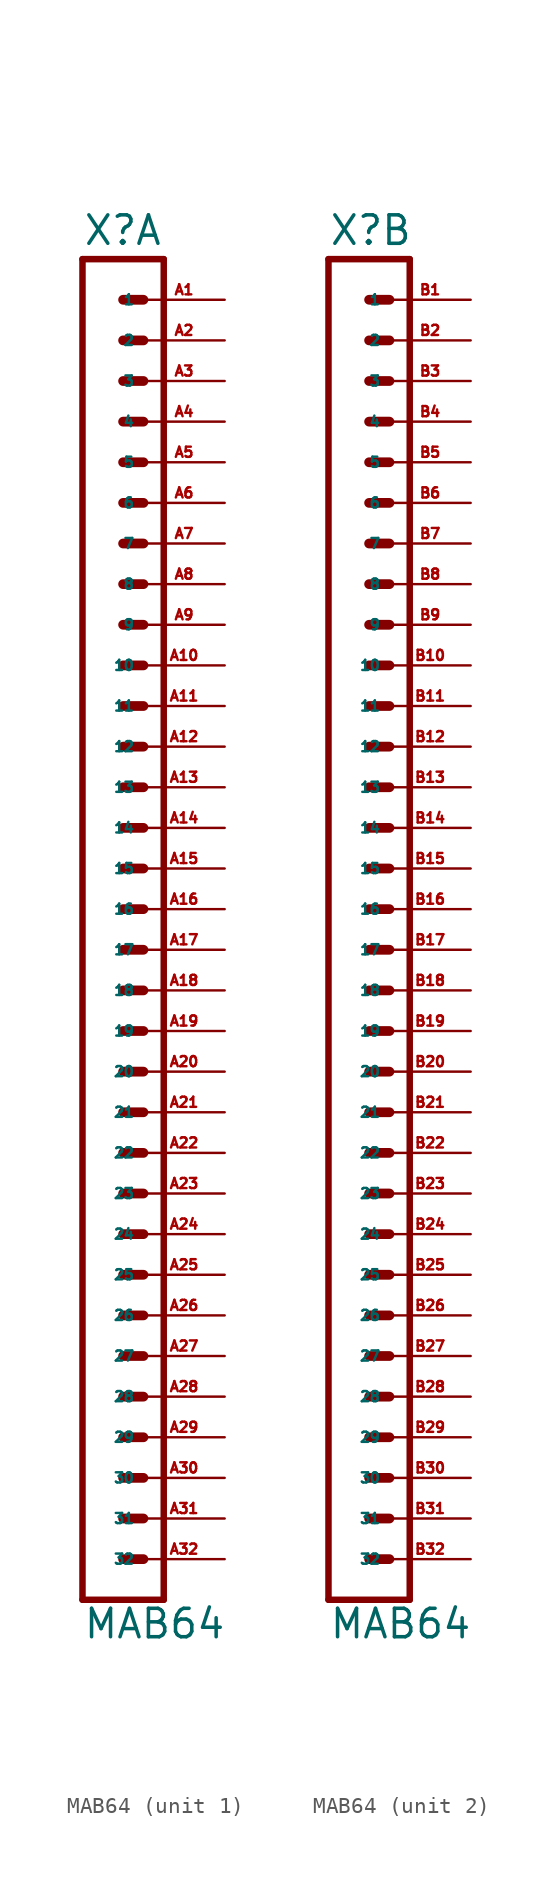
<source format=kicad_sym>
(kicad_symbol_lib
  (version 20220914)
  (generator Eagle2Kicad)
  (symbol "MAB64"
    (property "Reference" "X"
      (at -1.27 41.402 0)
      (effects (font (size 1.778 1.778) (thickness 0.22)) (justify left bottom)))
    (property "Value" "MAB64"
      (at -1.27 -45.72 0)
      (effects (font (size 1.778 1.778) (thickness 0.22)) (justify left bottom)))
    (symbol "MAB64_1_0"
      (polyline (pts (xy 3.81 -43.18) (xy -1.27 -43.18)) (stroke (width 0.406) (type default)) (fill (type none)))
      (polyline (pts (xy -1.27 40.64) (xy -1.27 -43.18)) (stroke (width 0.406) (type default)) (fill (type none)))
      (polyline (pts (xy -1.27 40.64) (xy 3.81 40.64)) (stroke (width 0.406) (type default)) (fill (type none)))
      (polyline (pts (xy 3.81 -43.18) (xy 3.81 40.64)) (stroke (width 0.406) (type default)) (fill (type none)))
      (polyline (pts (xy 1.27 -40.64) (xy 2.54 -40.64)) (stroke (width 0.61) (type default)) (fill (type none)))
      (polyline (pts (xy 1.27 -38.1) (xy 2.54 -38.1)) (stroke (width 0.61) (type default)) (fill (type none)))
      (polyline (pts (xy 1.27 -35.56) (xy 2.54 -35.56)) (stroke (width 0.61) (type default)) (fill (type none)))
      (polyline (pts (xy 1.27 -33.02) (xy 2.54 -33.02)) (stroke (width 0.61) (type default)) (fill (type none)))
      (polyline (pts (xy 1.27 -30.48) (xy 2.54 -30.48)) (stroke (width 0.61) (type default)) (fill (type none)))
      (polyline (pts (xy 1.27 -27.94) (xy 2.54 -27.94)) (stroke (width 0.61) (type default)) (fill (type none)))
      (polyline (pts (xy 1.27 -25.4) (xy 2.54 -25.4)) (stroke (width 0.61) (type default)) (fill (type none)))
      (polyline (pts (xy 1.27 -22.86) (xy 2.54 -22.86)) (stroke (width 0.61) (type default)) (fill (type none)))
      (polyline (pts (xy 1.27 -20.32) (xy 2.54 -20.32)) (stroke (width 0.61) (type default)) (fill (type none)))
      (polyline (pts (xy 1.27 -17.78) (xy 2.54 -17.78)) (stroke (width 0.61) (type default)) (fill (type none)))
      (polyline (pts (xy 1.27 -15.24) (xy 2.54 -15.24)) (stroke (width 0.61) (type default)) (fill (type none)))
      (polyline (pts (xy 1.27 -12.7) (xy 2.54 -12.7)) (stroke (width 0.61) (type default)) (fill (type none)))
      (polyline (pts (xy 1.27 -10.16) (xy 2.54 -10.16)) (stroke (width 0.61) (type default)) (fill (type none)))
      (polyline (pts (xy 1.27 -7.62) (xy 2.54 -7.62)) (stroke (width 0.61) (type default)) (fill (type none)))
      (polyline (pts (xy 1.27 -5.08) (xy 2.54 -5.08)) (stroke (width 0.61) (type default)) (fill (type none)))
      (polyline (pts (xy 1.27 -2.54) (xy 2.54 -2.54)) (stroke (width 0.61) (type default)) (fill (type none)))
      (polyline (pts (xy 1.27 0) (xy 2.54 0)) (stroke (width 0.61) (type default)) (fill (type none)))
      (polyline (pts (xy 1.27 2.54) (xy 2.54 2.54)) (stroke (width 0.61) (type default)) (fill (type none)))
      (polyline (pts (xy 1.27 5.08) (xy 2.54 5.08)) (stroke (width 0.61) (type default)) (fill (type none)))
      (polyline (pts (xy 1.27 7.62) (xy 2.54 7.62)) (stroke (width 0.61) (type default)) (fill (type none)))
      (polyline (pts (xy 1.27 10.16) (xy 2.54 10.16)) (stroke (width 0.61) (type default)) (fill (type none)))
      (polyline (pts (xy 1.27 12.7) (xy 2.54 12.7)) (stroke (width 0.61) (type default)) (fill (type none)))
      (polyline (pts (xy 1.27 15.24) (xy 2.54 15.24)) (stroke (width 0.61) (type default)) (fill (type none)))
      (polyline (pts (xy 1.27 17.78) (xy 2.54 17.78)) (stroke (width 0.61) (type default)) (fill (type none)))
      (polyline (pts (xy 1.27 20.32) (xy 2.54 20.32)) (stroke (width 0.61) (type default)) (fill (type none)))
      (polyline (pts (xy 1.27 22.86) (xy 2.54 22.86)) (stroke (width 0.61) (type default)) (fill (type none)))
      (polyline (pts (xy 1.27 25.4) (xy 2.54 25.4)) (stroke (width 0.61) (type default)) (fill (type none)))
      (polyline (pts (xy 1.27 27.94) (xy 2.54 27.94)) (stroke (width 0.61) (type default)) (fill (type none)))
      (polyline (pts (xy 1.27 30.48) (xy 2.54 30.48)) (stroke (width 0.61) (type default)) (fill (type none)))
      (polyline (pts (xy 1.27 33.02) (xy 2.54 33.02)) (stroke (width 0.61) (type default)) (fill (type none)))
      (polyline (pts (xy 1.27 35.56) (xy 2.54 35.56)) (stroke (width 0.61) (type default)) (fill (type none)))
      (polyline (pts (xy 1.27 38.1) (xy 2.54 38.1)) (stroke (width 0.61) (type default)) (fill (type none)))
      (pin passive line (at 7.62 38.1 180) (length 5.08) (name "1" (effects (font (size 0.635 0.635) (thickness 0.08)) (justify left bottom))) (number "A1" (effects (font (size 0.635 0.635) (thickness 0.08)) (justify left bottom))))
      (pin passive line (at 7.62 35.56 180) (length 5.08) (name "2" (effects (font (size 0.635 0.635) (thickness 0.08)) (justify left bottom))) (number "A2" (effects (font (size 0.635 0.635) (thickness 0.08)) (justify left bottom))))
      (pin passive line (at 7.62 33.02 180) (length 5.08) (name "3" (effects (font (size 0.635 0.635) (thickness 0.08)) (justify left bottom))) (number "A3" (effects (font (size 0.635 0.635) (thickness 0.08)) (justify left bottom))))
      (pin passive line (at 7.62 30.48 180) (length 5.08) (name "4" (effects (font (size 0.635 0.635) (thickness 0.08)) (justify left bottom))) (number "A4" (effects (font (size 0.635 0.635) (thickness 0.08)) (justify left bottom))))
      (pin passive line (at 7.62 27.94 180) (length 5.08) (name "5" (effects (font (size 0.635 0.635) (thickness 0.08)) (justify left bottom))) (number "A5" (effects (font (size 0.635 0.635) (thickness 0.08)) (justify left bottom))))
      (pin passive line (at 7.62 25.4 180) (length 5.08) (name "6" (effects (font (size 0.635 0.635) (thickness 0.08)) (justify left bottom))) (number "A6" (effects (font (size 0.635 0.635) (thickness 0.08)) (justify left bottom))))
      (pin passive line (at 7.62 22.86 180) (length 5.08) (name "7" (effects (font (size 0.635 0.635) (thickness 0.08)) (justify left bottom))) (number "A7" (effects (font (size 0.635 0.635) (thickness 0.08)) (justify left bottom))))
      (pin passive line (at 7.62 20.32 180) (length 5.08) (name "8" (effects (font (size 0.635 0.635) (thickness 0.08)) (justify left bottom))) (number "A8" (effects (font (size 0.635 0.635) (thickness 0.08)) (justify left bottom))))
      (pin passive line (at 7.62 17.78 180) (length 5.08) (name "9" (effects (font (size 0.635 0.635) (thickness 0.08)) (justify left bottom))) (number "A9" (effects (font (size 0.635 0.635) (thickness 0.08)) (justify left bottom))))
      (pin passive line (at 7.62 15.24 180) (length 5.08) (name "10" (effects (font (size 0.635 0.635) (thickness 0.08)) (justify left bottom))) (number "A10" (effects (font (size 0.635 0.635) (thickness 0.08)) (justify left bottom))))
      (pin passive line (at 7.62 12.7 180) (length 5.08) (name "11" (effects (font (size 0.635 0.635) (thickness 0.08)) (justify left bottom))) (number "A11" (effects (font (size 0.635 0.635) (thickness 0.08)) (justify left bottom))))
      (pin passive line (at 7.62 10.16 180) (length 5.08) (name "12" (effects (font (size 0.635 0.635) (thickness 0.08)) (justify left bottom))) (number "A12" (effects (font (size 0.635 0.635) (thickness 0.08)) (justify left bottom))))
      (pin passive line (at 7.62 7.62 180) (length 5.08) (name "13" (effects (font (size 0.635 0.635) (thickness 0.08)) (justify left bottom))) (number "A13" (effects (font (size 0.635 0.635) (thickness 0.08)) (justify left bottom))))
      (pin passive line (at 7.62 5.08 180) (length 5.08) (name "14" (effects (font (size 0.635 0.635) (thickness 0.08)) (justify left bottom))) (number "A14" (effects (font (size 0.635 0.635) (thickness 0.08)) (justify left bottom))))
      (pin passive line (at 7.62 2.54 180) (length 5.08) (name "15" (effects (font (size 0.635 0.635) (thickness 0.08)) (justify left bottom))) (number "A15" (effects (font (size 0.635 0.635) (thickness 0.08)) (justify left bottom))))
      (pin passive line (at 7.62 0 180) (length 5.08) (name "16" (effects (font (size 0.635 0.635) (thickness 0.08)) (justify left bottom))) (number "A16" (effects (font (size 0.635 0.635) (thickness 0.08)) (justify left bottom))))
      (pin passive line (at 7.62 -2.54 180) (length 5.08) (name "17" (effects (font (size 0.635 0.635) (thickness 0.08)) (justify left bottom))) (number "A17" (effects (font (size 0.635 0.635) (thickness 0.08)) (justify left bottom))))
      (pin passive line (at 7.62 -5.08 180) (length 5.08) (name "18" (effects (font (size 0.635 0.635) (thickness 0.08)) (justify left bottom))) (number "A18" (effects (font (size 0.635 0.635) (thickness 0.08)) (justify left bottom))))
      (pin passive line (at 7.62 -7.62 180) (length 5.08) (name "19" (effects (font (size 0.635 0.635) (thickness 0.08)) (justify left bottom))) (number "A19" (effects (font (size 0.635 0.635) (thickness 0.08)) (justify left bottom))))
      (pin passive line (at 7.62 -10.16 180) (length 5.08) (name "20" (effects (font (size 0.635 0.635) (thickness 0.08)) (justify left bottom))) (number "A20" (effects (font (size 0.635 0.635) (thickness 0.08)) (justify left bottom))))
      (pin passive line (at 7.62 -12.7 180) (length 5.08) (name "21" (effects (font (size 0.635 0.635) (thickness 0.08)) (justify left bottom))) (number "A21" (effects (font (size 0.635 0.635) (thickness 0.08)) (justify left bottom))))
      (pin passive line (at 7.62 -15.24 180) (length 5.08) (name "22" (effects (font (size 0.635 0.635) (thickness 0.08)) (justify left bottom))) (number "A22" (effects (font (size 0.635 0.635) (thickness 0.08)) (justify left bottom))))
      (pin passive line (at 7.62 -17.78 180) (length 5.08) (name "23" (effects (font (size 0.635 0.635) (thickness 0.08)) (justify left bottom))) (number "A23" (effects (font (size 0.635 0.635) (thickness 0.08)) (justify left bottom))))
      (pin passive line (at 7.62 -20.32 180) (length 5.08) (name "24" (effects (font (size 0.635 0.635) (thickness 0.08)) (justify left bottom))) (number "A24" (effects (font (size 0.635 0.635) (thickness 0.08)) (justify left bottom))))
      (pin passive line (at 7.62 -22.86 180) (length 5.08) (name "25" (effects (font (size 0.635 0.635) (thickness 0.08)) (justify left bottom))) (number "A25" (effects (font (size 0.635 0.635) (thickness 0.08)) (justify left bottom))))
      (pin passive line (at 7.62 -25.4 180) (length 5.08) (name "26" (effects (font (size 0.635 0.635) (thickness 0.08)) (justify left bottom))) (number "A26" (effects (font (size 0.635 0.635) (thickness 0.08)) (justify left bottom))))
      (pin passive line (at 7.62 -27.94 180) (length 5.08) (name "27" (effects (font (size 0.635 0.635) (thickness 0.08)) (justify left bottom))) (number "A27" (effects (font (size 0.635 0.635) (thickness 0.08)) (justify left bottom))))
      (pin passive line (at 7.62 -30.48 180) (length 5.08) (name "28" (effects (font (size 0.635 0.635) (thickness 0.08)) (justify left bottom))) (number "A28" (effects (font (size 0.635 0.635) (thickness 0.08)) (justify left bottom))))
      (pin passive line (at 7.62 -33.02 180) (length 5.08) (name "29" (effects (font (size 0.635 0.635) (thickness 0.08)) (justify left bottom))) (number "A29" (effects (font (size 0.635 0.635) (thickness 0.08)) (justify left bottom))))
      (pin passive line (at 7.62 -35.56 180) (length 5.08) (name "30" (effects (font (size 0.635 0.635) (thickness 0.08)) (justify left bottom))) (number "A30" (effects (font (size 0.635 0.635) (thickness 0.08)) (justify left bottom))))
      (pin passive line (at 7.62 -38.1 180) (length 5.08) (name "31" (effects (font (size 0.635 0.635) (thickness 0.08)) (justify left bottom))) (number "A31" (effects (font (size 0.635 0.635) (thickness 0.08)) (justify left bottom))))
      (pin passive line (at 7.62 -40.64 180) (length 5.08) (name "32" (effects (font (size 0.635 0.635) (thickness 0.08)) (justify left bottom))) (number "A32" (effects (font (size 0.635 0.635) (thickness 0.08)) (justify left bottom)))))
    (symbol "MAB64_2_0"
      (polyline (pts (xy 3.81 -43.18) (xy -1.27 -43.18)) (stroke (width 0.406) (type default)) (fill (type none)))
      (polyline (pts (xy -1.27 40.64) (xy -1.27 -43.18)) (stroke (width 0.406) (type default)) (fill (type none)))
      (polyline (pts (xy -1.27 40.64) (xy 3.81 40.64)) (stroke (width 0.406) (type default)) (fill (type none)))
      (polyline (pts (xy 3.81 -43.18) (xy 3.81 40.64)) (stroke (width 0.406) (type default)) (fill (type none)))
      (polyline (pts (xy 1.27 -40.64) (xy 2.54 -40.64)) (stroke (width 0.61) (type default)) (fill (type none)))
      (polyline (pts (xy 1.27 -38.1) (xy 2.54 -38.1)) (stroke (width 0.61) (type default)) (fill (type none)))
      (polyline (pts (xy 1.27 -35.56) (xy 2.54 -35.56)) (stroke (width 0.61) (type default)) (fill (type none)))
      (polyline (pts (xy 1.27 -33.02) (xy 2.54 -33.02)) (stroke (width 0.61) (type default)) (fill (type none)))
      (polyline (pts (xy 1.27 -30.48) (xy 2.54 -30.48)) (stroke (width 0.61) (type default)) (fill (type none)))
      (polyline (pts (xy 1.27 -27.94) (xy 2.54 -27.94)) (stroke (width 0.61) (type default)) (fill (type none)))
      (polyline (pts (xy 1.27 -25.4) (xy 2.54 -25.4)) (stroke (width 0.61) (type default)) (fill (type none)))
      (polyline (pts (xy 1.27 -22.86) (xy 2.54 -22.86)) (stroke (width 0.61) (type default)) (fill (type none)))
      (polyline (pts (xy 1.27 -20.32) (xy 2.54 -20.32)) (stroke (width 0.61) (type default)) (fill (type none)))
      (polyline (pts (xy 1.27 -17.78) (xy 2.54 -17.78)) (stroke (width 0.61) (type default)) (fill (type none)))
      (polyline (pts (xy 1.27 -15.24) (xy 2.54 -15.24)) (stroke (width 0.61) (type default)) (fill (type none)))
      (polyline (pts (xy 1.27 -12.7) (xy 2.54 -12.7)) (stroke (width 0.61) (type default)) (fill (type none)))
      (polyline (pts (xy 1.27 -10.16) (xy 2.54 -10.16)) (stroke (width 0.61) (type default)) (fill (type none)))
      (polyline (pts (xy 1.27 -7.62) (xy 2.54 -7.62)) (stroke (width 0.61) (type default)) (fill (type none)))
      (polyline (pts (xy 1.27 -5.08) (xy 2.54 -5.08)) (stroke (width 0.61) (type default)) (fill (type none)))
      (polyline (pts (xy 1.27 -2.54) (xy 2.54 -2.54)) (stroke (width 0.61) (type default)) (fill (type none)))
      (polyline (pts (xy 1.27 0) (xy 2.54 0)) (stroke (width 0.61) (type default)) (fill (type none)))
      (polyline (pts (xy 1.27 2.54) (xy 2.54 2.54)) (stroke (width 0.61) (type default)) (fill (type none)))
      (polyline (pts (xy 1.27 5.08) (xy 2.54 5.08)) (stroke (width 0.61) (type default)) (fill (type none)))
      (polyline (pts (xy 1.27 7.62) (xy 2.54 7.62)) (stroke (width 0.61) (type default)) (fill (type none)))
      (polyline (pts (xy 1.27 10.16) (xy 2.54 10.16)) (stroke (width 0.61) (type default)) (fill (type none)))
      (polyline (pts (xy 1.27 12.7) (xy 2.54 12.7)) (stroke (width 0.61) (type default)) (fill (type none)))
      (polyline (pts (xy 1.27 15.24) (xy 2.54 15.24)) (stroke (width 0.61) (type default)) (fill (type none)))
      (polyline (pts (xy 1.27 17.78) (xy 2.54 17.78)) (stroke (width 0.61) (type default)) (fill (type none)))
      (polyline (pts (xy 1.27 20.32) (xy 2.54 20.32)) (stroke (width 0.61) (type default)) (fill (type none)))
      (polyline (pts (xy 1.27 22.86) (xy 2.54 22.86)) (stroke (width 0.61) (type default)) (fill (type none)))
      (polyline (pts (xy 1.27 25.4) (xy 2.54 25.4)) (stroke (width 0.61) (type default)) (fill (type none)))
      (polyline (pts (xy 1.27 27.94) (xy 2.54 27.94)) (stroke (width 0.61) (type default)) (fill (type none)))
      (polyline (pts (xy 1.27 30.48) (xy 2.54 30.48)) (stroke (width 0.61) (type default)) (fill (type none)))
      (polyline (pts (xy 1.27 33.02) (xy 2.54 33.02)) (stroke (width 0.61) (type default)) (fill (type none)))
      (polyline (pts (xy 1.27 35.56) (xy 2.54 35.56)) (stroke (width 0.61) (type default)) (fill (type none)))
      (polyline (pts (xy 1.27 38.1) (xy 2.54 38.1)) (stroke (width 0.61) (type default)) (fill (type none)))
      (pin passive line (at 7.62 38.1 180) (length 5.08) (name "1" (effects (font (size 0.635 0.635) (thickness 0.08)) (justify left bottom))) (number "B1" (effects (font (size 0.635 0.635) (thickness 0.08)) (justify left bottom))))
      (pin passive line (at 7.62 35.56 180) (length 5.08) (name "2" (effects (font (size 0.635 0.635) (thickness 0.08)) (justify left bottom))) (number "B2" (effects (font (size 0.635 0.635) (thickness 0.08)) (justify left bottom))))
      (pin passive line (at 7.62 33.02 180) (length 5.08) (name "3" (effects (font (size 0.635 0.635) (thickness 0.08)) (justify left bottom))) (number "B3" (effects (font (size 0.635 0.635) (thickness 0.08)) (justify left bottom))))
      (pin passive line (at 7.62 30.48 180) (length 5.08) (name "4" (effects (font (size 0.635 0.635) (thickness 0.08)) (justify left bottom))) (number "B4" (effects (font (size 0.635 0.635) (thickness 0.08)) (justify left bottom))))
      (pin passive line (at 7.62 27.94 180) (length 5.08) (name "5" (effects (font (size 0.635 0.635) (thickness 0.08)) (justify left bottom))) (number "B5" (effects (font (size 0.635 0.635) (thickness 0.08)) (justify left bottom))))
      (pin passive line (at 7.62 25.4 180) (length 5.08) (name "6" (effects (font (size 0.635 0.635) (thickness 0.08)) (justify left bottom))) (number "B6" (effects (font (size 0.635 0.635) (thickness 0.08)) (justify left bottom))))
      (pin passive line (at 7.62 22.86 180) (length 5.08) (name "7" (effects (font (size 0.635 0.635) (thickness 0.08)) (justify left bottom))) (number "B7" (effects (font (size 0.635 0.635) (thickness 0.08)) (justify left bottom))))
      (pin passive line (at 7.62 20.32 180) (length 5.08) (name "8" (effects (font (size 0.635 0.635) (thickness 0.08)) (justify left bottom))) (number "B8" (effects (font (size 0.635 0.635) (thickness 0.08)) (justify left bottom))))
      (pin passive line (at 7.62 17.78 180) (length 5.08) (name "9" (effects (font (size 0.635 0.635) (thickness 0.08)) (justify left bottom))) (number "B9" (effects (font (size 0.635 0.635) (thickness 0.08)) (justify left bottom))))
      (pin passive line (at 7.62 15.24 180) (length 5.08) (name "10" (effects (font (size 0.635 0.635) (thickness 0.08)) (justify left bottom))) (number "B10" (effects (font (size 0.635 0.635) (thickness 0.08)) (justify left bottom))))
      (pin passive line (at 7.62 12.7 180) (length 5.08) (name "11" (effects (font (size 0.635 0.635) (thickness 0.08)) (justify left bottom))) (number "B11" (effects (font (size 0.635 0.635) (thickness 0.08)) (justify left bottom))))
      (pin passive line (at 7.62 10.16 180) (length 5.08) (name "12" (effects (font (size 0.635 0.635) (thickness 0.08)) (justify left bottom))) (number "B12" (effects (font (size 0.635 0.635) (thickness 0.08)) (justify left bottom))))
      (pin passive line (at 7.62 7.62 180) (length 5.08) (name "13" (effects (font (size 0.635 0.635) (thickness 0.08)) (justify left bottom))) (number "B13" (effects (font (size 0.635 0.635) (thickness 0.08)) (justify left bottom))))
      (pin passive line (at 7.62 5.08 180) (length 5.08) (name "14" (effects (font (size 0.635 0.635) (thickness 0.08)) (justify left bottom))) (number "B14" (effects (font (size 0.635 0.635) (thickness 0.08)) (justify left bottom))))
      (pin passive line (at 7.62 2.54 180) (length 5.08) (name "15" (effects (font (size 0.635 0.635) (thickness 0.08)) (justify left bottom))) (number "B15" (effects (font (size 0.635 0.635) (thickness 0.08)) (justify left bottom))))
      (pin passive line (at 7.62 0 180) (length 5.08) (name "16" (effects (font (size 0.635 0.635) (thickness 0.08)) (justify left bottom))) (number "B16" (effects (font (size 0.635 0.635) (thickness 0.08)) (justify left bottom))))
      (pin passive line (at 7.62 -2.54 180) (length 5.08) (name "17" (effects (font (size 0.635 0.635) (thickness 0.08)) (justify left bottom))) (number "B17" (effects (font (size 0.635 0.635) (thickness 0.08)) (justify left bottom))))
      (pin passive line (at 7.62 -5.08 180) (length 5.08) (name "18" (effects (font (size 0.635 0.635) (thickness 0.08)) (justify left bottom))) (number "B18" (effects (font (size 0.635 0.635) (thickness 0.08)) (justify left bottom))))
      (pin passive line (at 7.62 -7.62 180) (length 5.08) (name "19" (effects (font (size 0.635 0.635) (thickness 0.08)) (justify left bottom))) (number "B19" (effects (font (size 0.635 0.635) (thickness 0.08)) (justify left bottom))))
      (pin passive line (at 7.62 -10.16 180) (length 5.08) (name "20" (effects (font (size 0.635 0.635) (thickness 0.08)) (justify left bottom))) (number "B20" (effects (font (size 0.635 0.635) (thickness 0.08)) (justify left bottom))))
      (pin passive line (at 7.62 -12.7 180) (length 5.08) (name "21" (effects (font (size 0.635 0.635) (thickness 0.08)) (justify left bottom))) (number "B21" (effects (font (size 0.635 0.635) (thickness 0.08)) (justify left bottom))))
      (pin passive line (at 7.62 -15.24 180) (length 5.08) (name "22" (effects (font (size 0.635 0.635) (thickness 0.08)) (justify left bottom))) (number "B22" (effects (font (size 0.635 0.635) (thickness 0.08)) (justify left bottom))))
      (pin passive line (at 7.62 -17.78 180) (length 5.08) (name "23" (effects (font (size 0.635 0.635) (thickness 0.08)) (justify left bottom))) (number "B23" (effects (font (size 0.635 0.635) (thickness 0.08)) (justify left bottom))))
      (pin passive line (at 7.62 -20.32 180) (length 5.08) (name "24" (effects (font (size 0.635 0.635) (thickness 0.08)) (justify left bottom))) (number "B24" (effects (font (size 0.635 0.635) (thickness 0.08)) (justify left bottom))))
      (pin passive line (at 7.62 -22.86 180) (length 5.08) (name "25" (effects (font (size 0.635 0.635) (thickness 0.08)) (justify left bottom))) (number "B25" (effects (font (size 0.635 0.635) (thickness 0.08)) (justify left bottom))))
      (pin passive line (at 7.62 -25.4 180) (length 5.08) (name "26" (effects (font (size 0.635 0.635) (thickness 0.08)) (justify left bottom))) (number "B26" (effects (font (size 0.635 0.635) (thickness 0.08)) (justify left bottom))))
      (pin passive line (at 7.62 -27.94 180) (length 5.08) (name "27" (effects (font (size 0.635 0.635) (thickness 0.08)) (justify left bottom))) (number "B27" (effects (font (size 0.635 0.635) (thickness 0.08)) (justify left bottom))))
      (pin passive line (at 7.62 -30.48 180) (length 5.08) (name "28" (effects (font (size 0.635 0.635) (thickness 0.08)) (justify left bottom))) (number "B28" (effects (font (size 0.635 0.635) (thickness 0.08)) (justify left bottom))))
      (pin passive line (at 7.62 -33.02 180) (length 5.08) (name "29" (effects (font (size 0.635 0.635) (thickness 0.08)) (justify left bottom))) (number "B29" (effects (font (size 0.635 0.635) (thickness 0.08)) (justify left bottom))))
      (pin passive line (at 7.62 -35.56 180) (length 5.08) (name "30" (effects (font (size 0.635 0.635) (thickness 0.08)) (justify left bottom))) (number "B30" (effects (font (size 0.635 0.635) (thickness 0.08)) (justify left bottom))))
      (pin passive line (at 7.62 -38.1 180) (length 5.08) (name "31" (effects (font (size 0.635 0.635) (thickness 0.08)) (justify left bottom))) (number "B31" (effects (font (size 0.635 0.635) (thickness 0.08)) (justify left bottom))))
      (pin passive line (at 7.62 -40.64 180) (length 5.08) (name "32" (effects (font (size 0.635 0.635) (thickness 0.08)) (justify left bottom))) (number "B32" (effects (font (size 0.635 0.635) (thickness 0.08)) (justify left bottom)))))))
</source>
